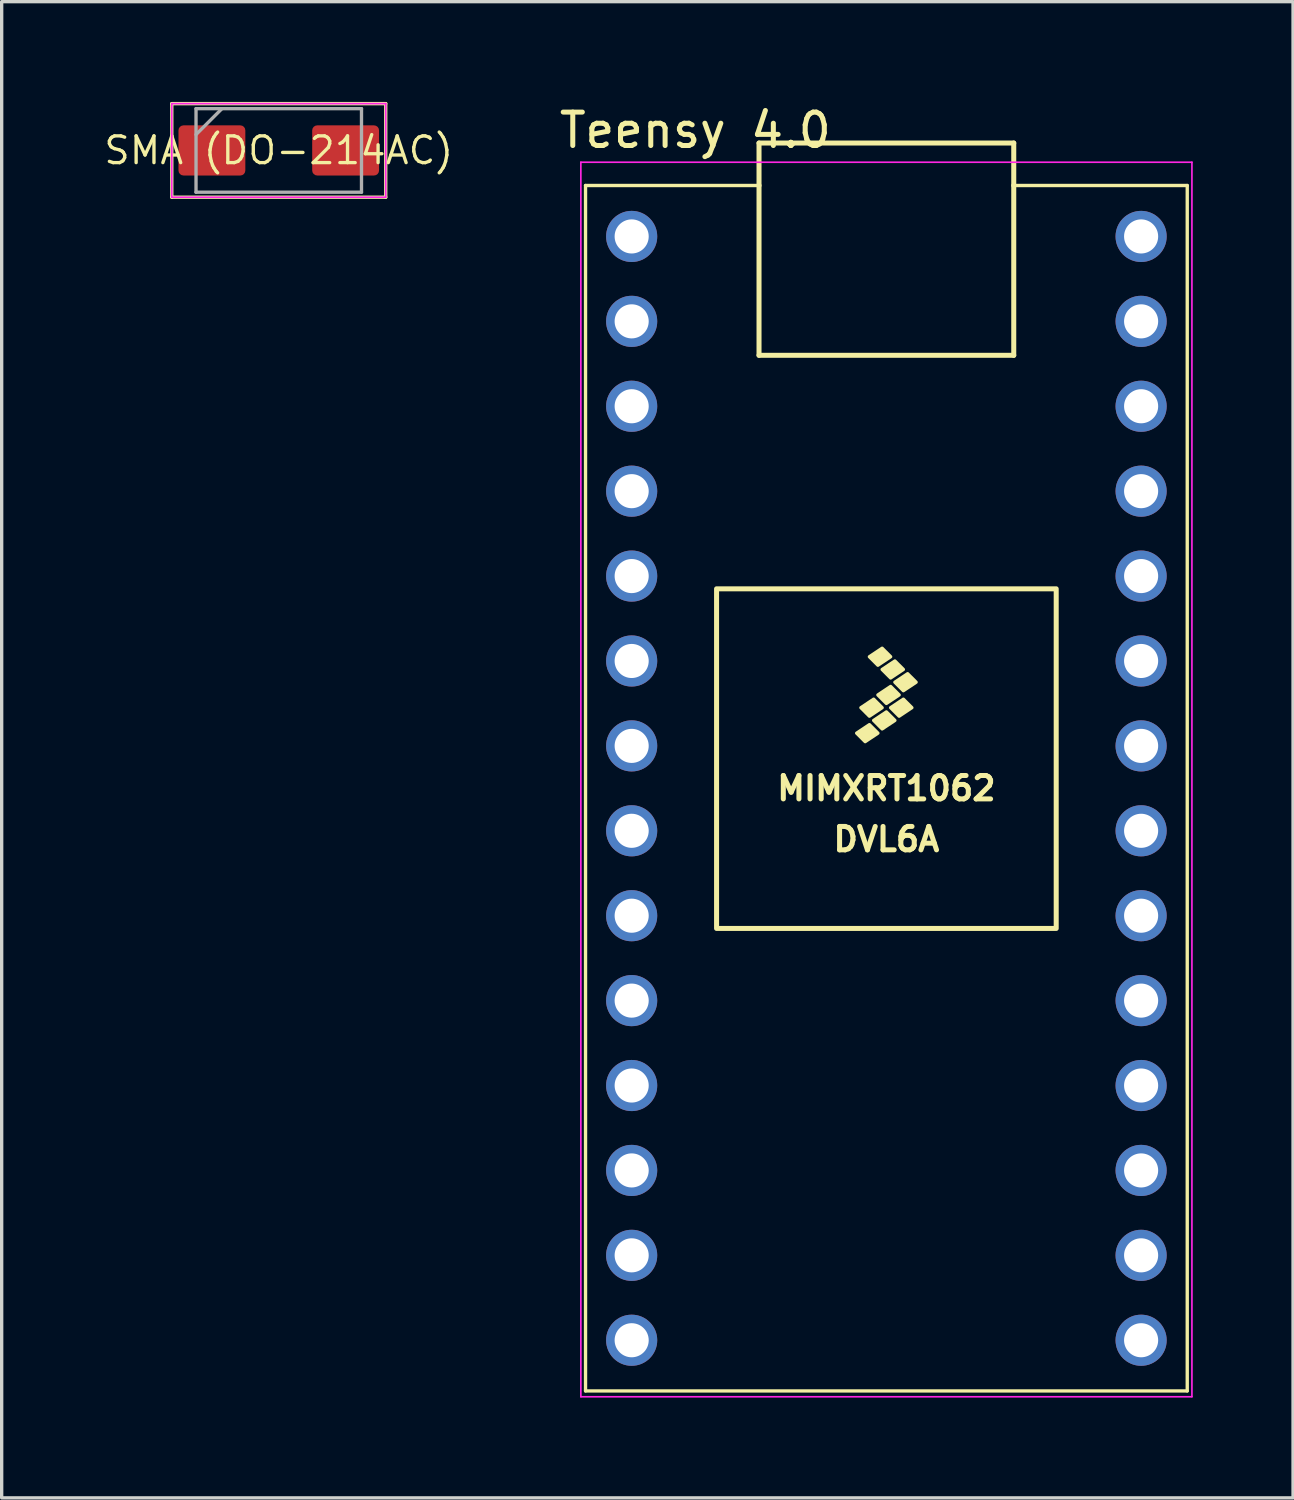
<source format=kicad_pcb>
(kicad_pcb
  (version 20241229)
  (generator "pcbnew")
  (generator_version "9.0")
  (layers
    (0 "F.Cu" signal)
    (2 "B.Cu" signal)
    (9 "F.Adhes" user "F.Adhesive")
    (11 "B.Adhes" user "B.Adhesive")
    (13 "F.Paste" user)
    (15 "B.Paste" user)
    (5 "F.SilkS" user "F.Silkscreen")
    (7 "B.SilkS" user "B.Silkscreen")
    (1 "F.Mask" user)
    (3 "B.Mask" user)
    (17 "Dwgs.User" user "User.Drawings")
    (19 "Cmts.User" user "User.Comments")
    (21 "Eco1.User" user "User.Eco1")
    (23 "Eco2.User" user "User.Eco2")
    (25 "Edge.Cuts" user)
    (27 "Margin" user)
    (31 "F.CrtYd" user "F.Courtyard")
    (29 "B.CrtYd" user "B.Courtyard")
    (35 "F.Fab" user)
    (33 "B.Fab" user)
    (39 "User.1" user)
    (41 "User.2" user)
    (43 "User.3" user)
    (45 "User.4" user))
  (footprint "SMA (DO-214AC)"
    (layer "F.Cu")
    (at 5.289 1.45)
    (property "Reference" "SMA (DO-214AC)" (at 0 0 0) (layer "F.SilkS") (effects (font (size 0.8 0.8) (thickness 0.1))))
    (attr smd)
    (fp_line (start -3.2 1.4) (end -3.2 -1.4) (stroke (width 0.1) (type solid)) (layer "F.SilkS"))
    (fp_line (start -3.2 1.4) (end 3.2 1.4) (stroke (width 0.1) (type solid)) (layer "F.SilkS"))
    (fp_line (start 3.2 -1.4) (end -3.2 -1.4) (stroke (width 0.1) (type solid)) (layer "F.SilkS"))
    (fp_line (start 3.2 -1.4) (end 3.2 1.4) (stroke (width 0.1) (type solid)) (layer "F.SilkS"))
    (fp_line (start -3.2 -1.4) (end 3.2 -1.4) (stroke (width 0.05) (type solid)) (layer "F.CrtYd"))
    (fp_line (start -3.2 1.4) (end -3.2 -1.4) (stroke (width 0.05) (type solid)) (layer "F.CrtYd"))
    (fp_line (start 3.2 -1.4) (end 3.2 1.4) (stroke (width 0.05) (type solid)) (layer "F.CrtYd"))
    (fp_line (start 3.2 1.4) (end -3.2 1.4) (stroke (width 0.05) (type solid)) (layer "F.CrtYd"))
    (fp_line (start -2.475 -1.25) (end 2.475 -1.25) (stroke (width 0.1) (type solid)) (layer "F.Fab"))
    (fp_line (start -2.475 -0.475) (end -1.7 -1.25) (stroke (width 0.1) (type solid)) (layer "F.Fab"))
    (fp_line (start -2.475 1.25) (end -2.475 -1.25) (stroke (width 0.1) (type solid)) (layer "F.Fab"))
    (fp_line (start 2.475 -1.25) (end 2.475 1.25) (stroke (width 0.1) (type solid)) (layer "F.Fab"))
    (fp_line (start 2.475 1.25) (end -2.475 1.25) (stroke (width 0.1) (type solid)) (layer "F.Fab"))
    (pad "1" smd roundrect (at -2 0 90) (size 1.5 2) (layers "F.Cu" "F.Mask" "F.Paste") (roundrect_rratio 0.1))
    (pad "2" smd roundrect (at 2 0 90) (size 1.5 2) (layers "F.Cu" "F.Mask" "F.Paste") (roundrect_rratio 0.1)))
  (footprint "Teensy 4.0"
    (layer "F.Cu")
    (at 23.466 20.533)
    (property "Reference" "Teensy 4.0" (at -5.715 -19.685 0) (layer "F.SilkS") (effects (font (size 1 1) (thickness 0.15))))
    (attr through_hole)
    (fp_line (start -9 -18.034) (end -9 18.026) (stroke (width 0.1) (type default)) (layer "F.SilkS"))
    (fp_line (start -3.81 -19.304) (end 3.81 -19.304) (stroke (width 0.15) (type solid)) (layer "F.SilkS"))
    (fp_line (start -3.81 -18.034) (end -9 -18.034) (stroke (width 0.1) (type default)) (layer "F.SilkS"))
    (fp_line (start -3.81 -18.034) (end -3.81 -19.304) (stroke (width 0.15) (type solid)) (layer "F.SilkS"))
    (fp_line (start -3.81 -12.954) (end -3.81 -18.034) (stroke (width 0.15) (type solid)) (layer "F.SilkS"))
    (fp_line (start -3.81 -12.954) (end 3.81 -12.954) (stroke (width 0.15) (type solid)) (layer "F.SilkS"))
    (fp_line (start 3.81 -19.304) (end 3.81 -18.034) (stroke (width 0.15) (type solid)) (layer "F.SilkS"))
    (fp_line (start 3.81 -12.954) (end 3.81 -18.034) (stroke (width 0.15) (type solid)) (layer "F.SilkS"))
    (fp_line (start 9 -18.034) (end 3.81 -18.034) (stroke (width 0.1) (type default)) (layer "F.SilkS"))
    (fp_line (start 9 -18.034) (end 9 18.026) (stroke (width 0.1) (type default)) (layer "F.SilkS"))
    (fp_line (start 9 18.026) (end -9 18.026) (stroke (width 0.1) (type default)) (layer "F.SilkS"))
    (fp_rect (start 5.08 -5.969) (end -5.08 4.191) (stroke (width 0.15) (type solid)) (fill no) (layer "F.SilkS"))
    (fp_poly (pts (xy -0.508 -1.905) (xy -0.254 -1.651) (xy -0.635 -1.397) (xy -0.889 -1.651)) (stroke (width 0.1) (type solid)) (fill yes) (layer "F.SilkS"))
    (fp_poly (pts (xy -0.381 -2.667) (xy -0.127 -2.413) (xy -0.508 -2.159) (xy -0.762 -2.413)) (stroke (width 0.1) (type solid)) (fill yes) (layer "F.SilkS"))
    (fp_poly (pts (xy -0.127 -4.191) (xy 0.127 -3.937) (xy -0.254 -3.683) (xy -0.508 -3.937)) (stroke (width 0.1) (type solid)) (fill yes) (layer "F.SilkS"))
    (fp_poly (pts (xy 0 -2.286) (xy 0.254 -2.032) (xy -0.127 -1.778) (xy -0.381 -2.032)) (stroke (width 0.1) (type solid)) (fill yes) (layer "F.SilkS"))
    (fp_poly (pts (xy 0.127 -3.048) (xy 0.381 -2.794) (xy 0 -2.54) (xy -0.254 -2.794)) (stroke (width 0.1) (type solid)) (fill yes) (layer "F.SilkS"))
    (fp_poly (pts (xy 0.254 -3.81) (xy 0.508 -3.556) (xy 0.127 -3.302) (xy -0.127 -3.556)) (stroke (width 0.1) (type solid)) (fill yes) (layer "F.SilkS"))
    (fp_poly (pts (xy 0.508 -2.667) (xy 0.762 -2.413) (xy 0.381 -2.159) (xy 0.127 -2.413)) (stroke (width 0.1) (type solid)) (fill yes) (layer "F.SilkS"))
    (fp_poly (pts (xy 0.635 -3.429) (xy 0.889 -3.175) (xy 0.508 -2.921) (xy 0.254 -3.175)) (stroke (width 0.1) (type solid)) (fill yes) (layer "F.SilkS"))
    (fp_line (start -9.14 -18.73) (end 9.14 -18.73) (stroke (width 0.05) (type solid)) (layer "F.CrtYd"))
    (fp_line (start -9.14 18.2) (end -9.14 -18.73) (stroke (width 0.05) (type solid)) (layer "F.CrtYd"))
    (fp_line (start 9.14 -18.73) (end 9.14 18.2) (stroke (width 0.05) (type solid)) (layer "F.CrtYd"))
    (fp_line (start 9.14 18.2) (end -9.14 18.2) (stroke (width 0.05) (type solid)) (layer "F.CrtYd"))
    (fp_text user "MIMXRT1062" (at 0 0 0) (layer "F.SilkS") (effects (font (size 0.7 0.7) (thickness 0.15))))
    (fp_text user "DVL6A" (at 0 1.524 0) (layer "F.SilkS") (effects (font (size 0.7 0.7) (thickness 0.15))))
    (pad "0" thru_hole circle (at -7.62 -13.97) (size 1.53 1.53) (drill 1.02) (layers "*.Cu" "*.Mask"))
    (pad "1" thru_hole circle (at -7.62 -11.43) (size 1.53 1.53) (drill 1.02) (layers "*.Cu" "*.Mask"))
    (pad "2" thru_hole circle (at -7.62 -8.89) (size 1.53 1.53) (drill 1.02) (layers "*.Cu" "*.Mask"))
    (pad "3" thru_hole circle (at -7.62 -6.35) (size 1.53 1.53) (drill 1.02) (layers "*.Cu" "*.Mask"))
    (pad "3.3V_2" thru_hole circle (at 7.62 -11.43) (size 1.53 1.53) (drill 1.02) (layers "*.Cu" "*.Mask"))
    (pad "4" thru_hole circle (at -7.62 -3.81) (size 1.53 1.53) (drill 1.02) (layers "*.Cu" "*.Mask"))
    (pad "5" thru_hole circle (at -7.62 -1.27) (size 1.53 1.53) (drill 1.02) (layers "*.Cu" "*.Mask"))
    (pad "6" thru_hole circle (at -7.62 1.27) (size 1.53 1.53) (drill 1.02) (layers "*.Cu" "*.Mask"))
    (pad "7" thru_hole circle (at -7.62 3.81) (size 1.53 1.53) (drill 1.02) (layers "*.Cu" "*.Mask"))
    (pad "8" thru_hole circle (at -7.62 6.35) (size 1.53 1.53) (drill 1.02) (layers "*.Cu" "*.Mask"))
    (pad "9" thru_hole circle (at -7.62 8.89) (size 1.53 1.53) (drill 1.02) (layers "*.Cu" "*.Mask"))
    (pad "10" thru_hole circle (at -7.62 11.43) (size 1.53 1.53) (drill 1.02) (layers "*.Cu" "*.Mask"))
    (pad "11" thru_hole circle (at -7.62 13.97) (size 1.53 1.53) (drill 1.02) (layers "*.Cu" "*.Mask"))
    (pad "12" thru_hole circle (at -7.62 16.51) (size 1.53 1.53) (drill 1.02) (layers "*.Cu" "*.Mask"))
    (pad "13" thru_hole circle (at 7.62 16.51) (size 1.53 1.53) (drill 1.02) (layers "*.Cu" "*.Mask"))
    (pad "14" thru_hole circle (at 7.62 13.97) (size 1.53 1.53) (drill 1.02) (layers "*.Cu" "*.Mask"))
    (pad "15" thru_hole circle (at 7.62 11.43) (size 1.53 1.53) (drill 1.02) (layers "*.Cu" "*.Mask"))
    (pad "16" thru_hole circle (at 7.62 8.89) (size 1.53 1.53) (drill 1.02) (layers "*.Cu" "*.Mask"))
    (pad "17" thru_hole circle (at 7.62 6.35) (size 1.53 1.53) (drill 1.02) (layers "*.Cu" "*.Mask"))
    (pad "18" thru_hole circle (at 7.62 3.81) (size 1.53 1.53) (drill 1.02) (layers "*.Cu" "*.Mask"))
    (pad "19" thru_hole circle (at 7.62 1.27) (size 1.53 1.53) (drill 1.02) (layers "*.Cu" "*.Mask"))
    (pad "20" thru_hole circle (at 7.62 -1.27) (size 1.53 1.53) (drill 1.02) (layers "*.Cu" "*.Mask"))
    (pad "21" thru_hole circle (at 7.62 -3.81) (size 1.53 1.53) (drill 1.02) (layers "*.Cu" "*.Mask"))
    (pad "22" thru_hole circle (at 7.62 -6.35) (size 1.53 1.53) (drill 1.02) (layers "*.Cu" "*.Mask"))
    (pad "23" thru_hole circle (at 7.62 -8.89) (size 1.53 1.53) (drill 1.02) (layers "*.Cu" "*.Mask"))
    (pad "G1" thru_hole circle (at -7.62 -16.51) (size 1.53 1.53) (drill 1.02) (layers "*.Cu" "*.Mask"))
    (pad "G3" thru_hole circle (at 7.62 -13.97) (size 1.53 1.53) (drill 1.02) (layers "*.Cu" "*.Mask"))
    (pad "VIN" thru_hole circle (at 7.62 -16.51) (size 1.53 1.53) (drill 1.02) (layers "*.Cu" "*.Mask")))
  (gr_rect
    (start -3 -3)
    (end 35.631 41.758)
    (stroke (width 0.1) (type default))
    (fill no)
    (layer "Edge.Cuts")))
</source>
